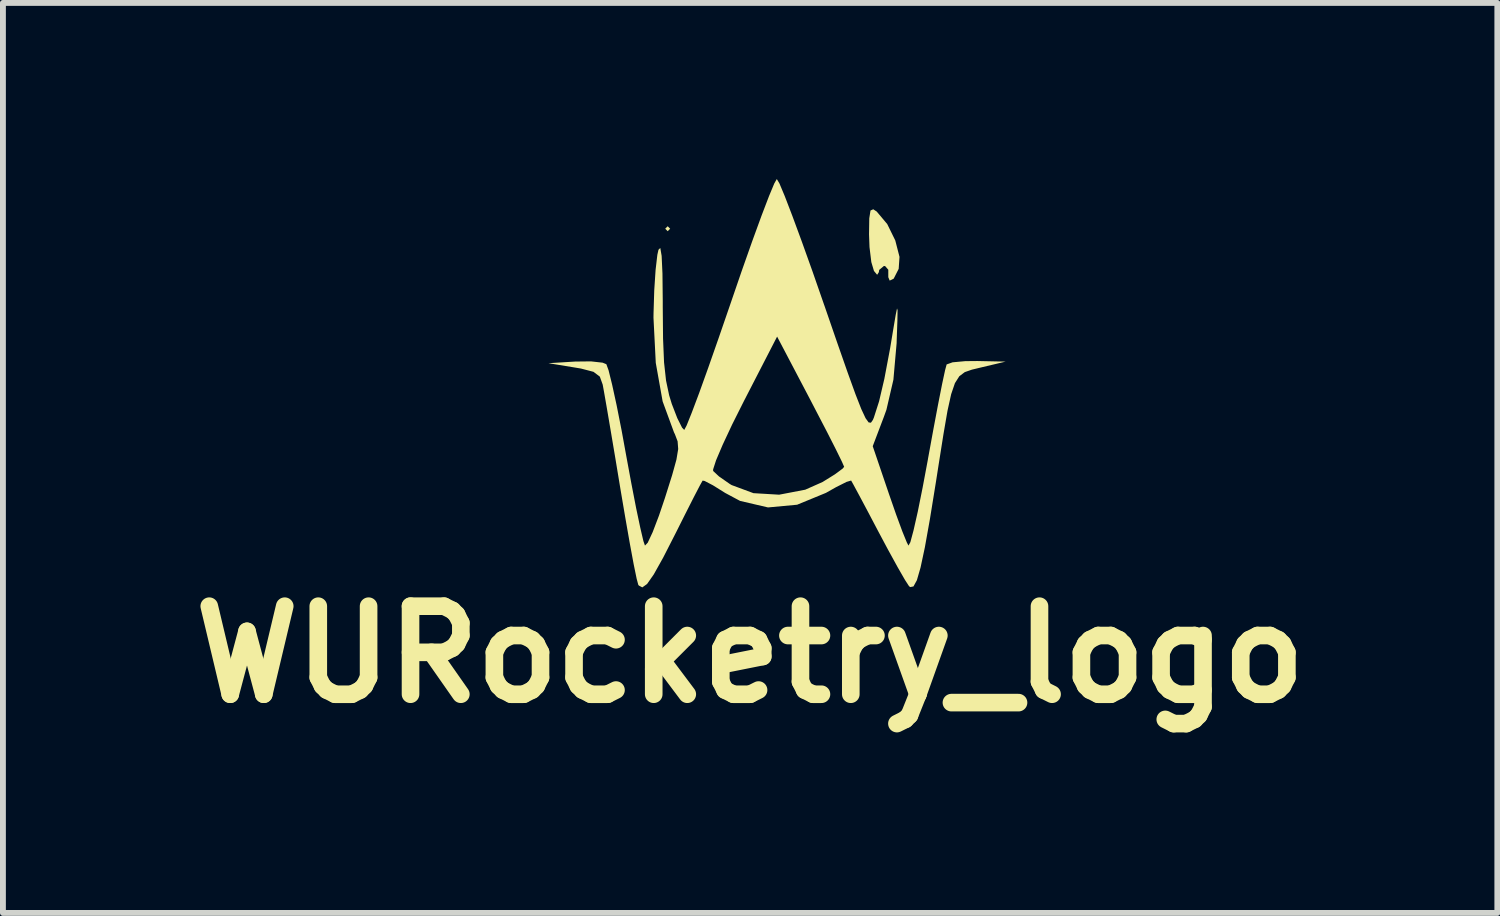
<source format=kicad_pcb>
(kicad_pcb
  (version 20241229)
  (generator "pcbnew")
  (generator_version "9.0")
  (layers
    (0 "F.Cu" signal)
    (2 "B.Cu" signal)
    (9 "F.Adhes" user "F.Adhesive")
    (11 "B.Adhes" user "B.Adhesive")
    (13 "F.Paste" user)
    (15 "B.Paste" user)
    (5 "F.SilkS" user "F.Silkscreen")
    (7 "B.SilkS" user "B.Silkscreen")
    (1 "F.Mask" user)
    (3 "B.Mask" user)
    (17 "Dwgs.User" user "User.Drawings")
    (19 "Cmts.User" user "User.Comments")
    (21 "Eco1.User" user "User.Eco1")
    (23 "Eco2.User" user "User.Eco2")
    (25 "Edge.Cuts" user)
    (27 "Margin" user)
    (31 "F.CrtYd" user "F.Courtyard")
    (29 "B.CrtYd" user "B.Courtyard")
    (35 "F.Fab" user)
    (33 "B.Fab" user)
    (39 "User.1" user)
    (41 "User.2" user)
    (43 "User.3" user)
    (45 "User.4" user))
  (footprint "WURocketry_logo"
    (layer "F.Cu")
    (at 10.229 3.598)
    (property "Reference" "WURocketry_logo" (at -0.5 4.5 0) (layer "F.SilkS") (effects (font (size 1.5 1.5) (thickness 0.3))))
    (attr board_only exclude_from_pos_files exclude_from_bom)
    (fp_poly (pts (xy -1.863 -2.752) (xy -1.905 -2.709) (xy -1.947 -2.752) (xy -1.905 -2.794)) (stroke (width 0) (type solid)) (fill yes) (layer "F.SilkS"))
    (fp_poly (pts (xy 1.656 -3.044) (xy 1.835 -2.831) (xy 1.972 -2.552) (xy 2.044 -2.272) (xy 2.03 -2.068) (xy 1.945 -1.901) (xy 1.877 -1.868) (xy 1.853 -1.926) (xy 1.853 -2.053) (xy 1.799 -2.115) (xy 1.778 -2.117) (xy 1.698 -2.05) (xy 1.692 -2.011) (xy 1.663 -1.967) (xy 1.609 -2.032) (xy 1.564 -2.183) (xy 1.533 -2.438) (xy 1.525 -2.656) (xy 1.529 -2.929) (xy 1.55 -3.062) (xy 1.597 -3.083)) (stroke (width 0) (type solid)) (fill yes) (layer "F.SilkS"))
    (fp_poly (pts (xy -0.001 -3.522) (xy 0.09 -3.305) (xy 0.219 -2.969) (xy 0.379 -2.535) (xy 0.562 -2.024) (xy 0.76 -1.455) (xy 0.766 -1.439) (xy 0.987 -0.798) (xy 1.161 -0.301) (xy 1.294 0.067) (xy 1.393 0.32) (xy 1.466 0.476) (xy 1.518 0.548) (xy 1.557 0.553) (xy 1.59 0.506) (xy 1.607 0.466) (xy 1.696 0.189) (xy 1.786 -0.195) (xy 1.883 -0.709) (xy 1.941 -1.058) (xy 1.98 -1.289) (xy 2.002 -1.394) (xy 2.011 -1.362) (xy 2.008 -1.183) (xy 1.996 -0.847) (xy 1.995 -0.804) (xy 1.94 -0.179) (xy 1.821 0.333) (xy 1.777 0.455) (xy 1.588 0.953) (xy 1.865 1.768) (xy 1.986 2.116) (xy 2.092 2.404) (xy 2.169 2.593) (xy 2.197 2.646) (xy 2.229 2.588) (xy 2.283 2.387) (xy 2.355 2.069) (xy 2.438 1.657) (xy 2.528 1.177) (xy 2.529 1.169) (xy 2.619 0.677) (xy 2.701 0.242) (xy 2.77 -0.107) (xy 2.821 -0.344) (xy 2.847 -0.44) (xy 2.948 -0.476) (xy 3.165 -0.496) (xy 3.37 -0.498) (xy 3.852 -0.488) (xy 3.435 -0.389) (xy 3.277 -0.351) (xy 3.156 -0.309) (xy 3.063 -0.239) (xy 2.988 -0.121) (xy 2.924 0.067) (xy 2.862 0.347) (xy 2.794 0.741) (xy 2.71 1.271) (xy 2.665 1.559) (xy 2.562 2.195) (xy 2.476 2.676) (xy 2.403 3.018) (xy 2.34 3.236) (xy 2.282 3.342) (xy 2.226 3.353) (xy 2.206 3.337) (xy 2.139 3.234) (xy 2.013 3.015) (xy 1.847 2.713) (xy 1.687 2.413) (xy 1.508 2.073) (xy 1.359 1.793) (xy 1.257 1.604) (xy 1.22 1.538) (xy 1.142 1.561) (xy 0.963 1.651) (xy 0.791 1.748) (xy 0.3 1.95) (xy -0.196 1.996) (xy -0.672 1.885) (xy -0.926 1.749) (xy -1.134 1.619) (xy -1.276 1.545) (xy -1.31 1.539) (xy -1.356 1.621) (xy -1.461 1.823) (xy -1.609 2.115) (xy -1.766 2.428) (xy -1.982 2.851) (xy -2.142 3.137) (xy -2.256 3.3) (xy -2.337 3.358) (xy -2.396 3.327) (xy -2.406 3.314) (xy -2.434 3.209) (xy -2.484 2.966) (xy -2.55 2.61) (xy -2.627 2.171) (xy -2.71 1.682) (xy -2.794 1.174) (xy -2.872 0.711) (xy -2.938 0.323) (xy -2.987 0.042) (xy -3.012 -0.096) (xy -3.061 -0.232) (xy -3.169 -0.314) (xy -3.383 -0.37) (xy -3.497 -0.389) (xy -3.937 -0.461) (xy -3.48 -0.489) (xy -3.212 -0.492) (xy -3.014 -0.47) (xy -2.95 -0.444) (xy -2.912 -0.34) (xy -2.852 -0.098) (xy -2.775 0.255) (xy -2.689 0.689) (xy -2.613 1.106) (xy -2.524 1.587) (xy -2.442 2.01) (xy -2.371 2.346) (xy -2.319 2.568) (xy -2.292 2.646) (xy -2.245 2.597) (xy -2.161 2.417) (xy -2.053 2.134) (xy -1.953 1.838) (xy -1.83 1.448) (xy -1.802 1.348) (xy -1.131 1.348) (xy -1.131 1.375) (xy -1.031 1.468) (xy -0.849 1.595) (xy -0.816 1.615) (xy -0.444 1.753) (xy -0.006 1.779) (xy 0.438 1.694) (xy 0.733 1.563) (xy 0.944 1.432) (xy 1.076 1.334) (xy 1.101 1.304) (xy 1.063 1.217) (xy 0.961 1.009) (xy 0.807 0.706) (xy 0.615 0.337) (xy 0.53 0.173) (xy -0.041 -0.914) (xy -0.61 0.191) (xy -0.808 0.586) (xy -0.969 0.93) (xy -1.081 1.193) (xy -1.131 1.348) (xy -1.802 1.348) (xy -1.756 1.181) (xy -1.726 1.001) (xy -1.736 0.87) (xy -1.781 0.751) (xy -1.798 0.716) (xy -1.991 0.19) (xy -2.108 -0.467) (xy -2.147 -1.236) (xy -2.146 -1.312) (xy -2.134 -1.701) (xy -2.111 -2.05) (xy -2.081 -2.308) (xy -2.062 -2.393) (xy -2.031 -2.424) (xy -2.008 -2.289) (xy -1.994 -1.988) (xy -1.989 -1.519) (xy -1.989 -1.42) (xy -1.984 -0.881) (xy -1.967 -0.475) (xy -1.933 -0.165) (xy -1.88 0.086) (xy -1.835 0.233) (xy -1.741 0.476) (xy -1.66 0.637) (xy -1.623 0.676) (xy -1.582 0.599) (xy -1.495 0.382) (xy -1.369 0.047) (xy -1.213 -0.387) (xy -1.034 -0.898) (xy -0.84 -1.461) (xy -0.645 -2.029) (xy -0.465 -2.539) (xy -0.307 -2.972) (xy -0.179 -3.307) (xy -0.089 -3.523) (xy -0.046 -3.598)) (stroke (width 0) (type solid)) (fill yes) (layer "F.SilkS")))
  (gr_rect
    (start -3 -3)
    (end 22.457 12.502)
    (stroke (width 0.1) (type default))
    (fill no)
    (layer "Edge.Cuts")))
</source>
